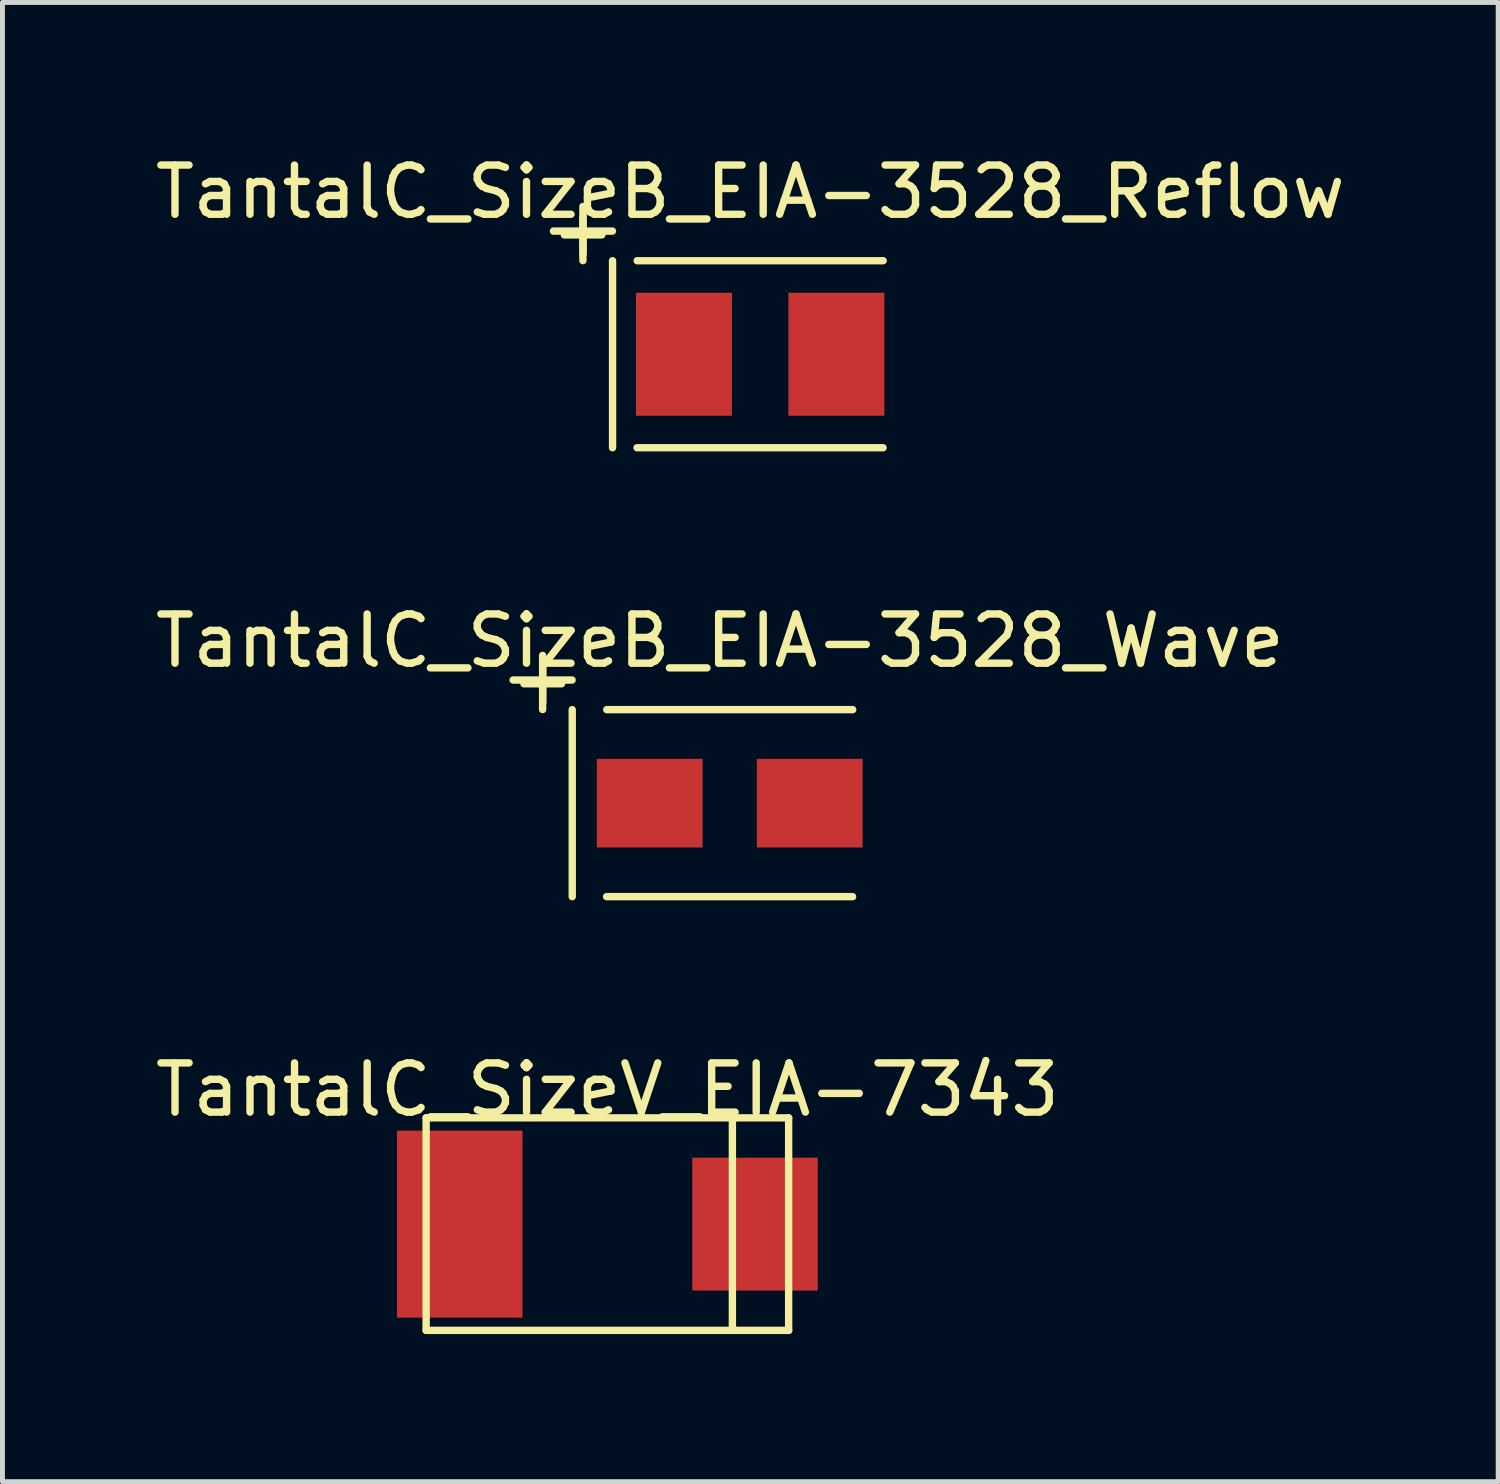
<source format=kicad_pcb>
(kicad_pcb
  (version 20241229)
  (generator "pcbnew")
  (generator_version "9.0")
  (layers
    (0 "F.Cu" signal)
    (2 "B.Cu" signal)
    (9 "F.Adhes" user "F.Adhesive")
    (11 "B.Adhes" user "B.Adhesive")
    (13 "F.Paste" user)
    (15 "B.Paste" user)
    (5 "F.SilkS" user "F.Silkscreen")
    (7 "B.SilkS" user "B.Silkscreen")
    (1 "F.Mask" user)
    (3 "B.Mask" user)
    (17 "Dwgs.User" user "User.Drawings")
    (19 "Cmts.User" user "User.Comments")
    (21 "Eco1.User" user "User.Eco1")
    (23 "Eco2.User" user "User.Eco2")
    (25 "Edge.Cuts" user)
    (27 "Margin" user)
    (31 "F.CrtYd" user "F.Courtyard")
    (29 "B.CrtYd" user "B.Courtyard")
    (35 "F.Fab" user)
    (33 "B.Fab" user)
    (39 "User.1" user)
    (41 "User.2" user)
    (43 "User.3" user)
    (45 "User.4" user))
  (footprint "TantalC_SizeV_EIA-7343"
    (layer "F.Cu")
    (at 9.292 21.824)
    (property "Reference" "TantalC_SizeV_EIA-7343" (at 0 -2.731 0) (layer "F.SilkS") (effects (font (size 1 1) (thickness 0.15))))
    (attr through_hole)
    (fp_line (start -3.683 -2.159) (end -3.683 2.159) (stroke (width 0.15) (type solid)) (layer "F.SilkS"))
    (fp_line (start -3.683 2.159) (end 3.683 2.159) (stroke (width 0.15) (type solid)) (layer "F.SilkS"))
    (fp_line (start 2.54 -2.159) (end 2.54 2.159) (stroke (width 0.15) (type solid)) (layer "F.SilkS"))
    (fp_line (start 3.683 -2.159) (end -3.683 -2.159) (stroke (width 0.15) (type solid)) (layer "F.SilkS"))
    (fp_line (start 3.683 2.159) (end 3.683 -2.159) (stroke (width 0.15) (type solid)) (layer "F.SilkS"))
    (pad "1" smd rect (at 3 0) (size 2.55 2.7) (layers "F.Cu" "F.Mask" "F.Paste"))
    (pad "2" smd rect (at -3 0) (size 2.55 3.8) (layers "F.Cu" "F.Mask" "F.Paste")))
  (footprint "TantalC_SizeB_EIA-3528_Reflow"
    (layer "F.Cu")
    (at 12.397 4.148)
    (property "Reference" "TantalC_SizeB_EIA-3528_Reflow" (at -0.201 -3.299 0) (layer "F.SilkS") (effects (font (size 1 1) (thickness 0.15))))
    (attr smd)
    (fp_line (start -4.201 -2.502) (end -3.002 -2.502) (stroke (width 0.15) (type solid)) (layer "F.SilkS"))
    (fp_line (start -3.602 -3.002) (end -3.602 -1.902) (stroke (width 0.15) (type solid)) (layer "F.SilkS"))
    (fp_line (start -3 -1.9) (end -3 1.9) (stroke (width 0.15) (type solid)) (layer "F.SilkS"))
    (fp_line (start 2.497 1.9) (end -2.502 1.9) (stroke (width 0.15) (type solid)) (layer "F.SilkS"))
    (fp_line (start 2.499 -1.9) (end -2.499 -1.9) (stroke (width 0.15) (type solid)) (layer "F.SilkS"))
    (fp_text user "+" (at -3.599 -2.499 0) (layer "F.SilkS") (effects (font (size 1 1) (thickness 0.15))))
    (pad "1" smd rect (at -1.549 0) (size 1.951 2.499) (layers "F.Cu" "F.Mask" "F.Paste"))
    (pad "2" smd rect (at 1.549 0) (size 1.951 2.499) (layers "F.Cu" "F.Mask" "F.Paste")))
  (footprint "TantalC_SizeB_EIA-3528_Wave"
    (layer "F.Cu")
    (at 11.778 13.27)
    (property "Reference" "TantalC_SizeB_EIA-3528_Wave" (at -0.201 -3.299 0) (layer "F.SilkS") (effects (font (size 1 1) (thickness 0.15))))
    (attr smd)
    (fp_line (start -4.402 -2.502) (end -3.203 -2.502) (stroke (width 0.15) (type solid)) (layer "F.SilkS"))
    (fp_line (start -3.802 -3.002) (end -3.802 -1.902) (stroke (width 0.15) (type solid)) (layer "F.SilkS"))
    (fp_line (start -3.2 -1.9) (end -3.2 1.9) (stroke (width 0.15) (type solid)) (layer "F.SilkS"))
    (fp_line (start 2.497 1.9) (end -2.502 1.9) (stroke (width 0.15) (type solid)) (layer "F.SilkS"))
    (fp_line (start 2.499 -1.9) (end -2.499 -1.9) (stroke (width 0.15) (type solid)) (layer "F.SilkS"))
    (fp_text user "+" (at -3.8 -2.499 0) (layer "F.SilkS") (effects (font (size 1 1) (thickness 0.15))))
    (pad "1" smd rect (at -1.626 0) (size 2.149 1.801) (layers "F.Cu" "F.Mask" "F.Paste"))
    (pad "2" smd rect (at 1.626 0) (size 2.149 1.801) (layers "F.Cu" "F.Mask" "F.Paste")))
  (gr_rect
    (start -3 -3)
    (end 27.393 27.058)
    (stroke (width 0.1) (type default))
    (fill no)
    (layer "Edge.Cuts")))
</source>
